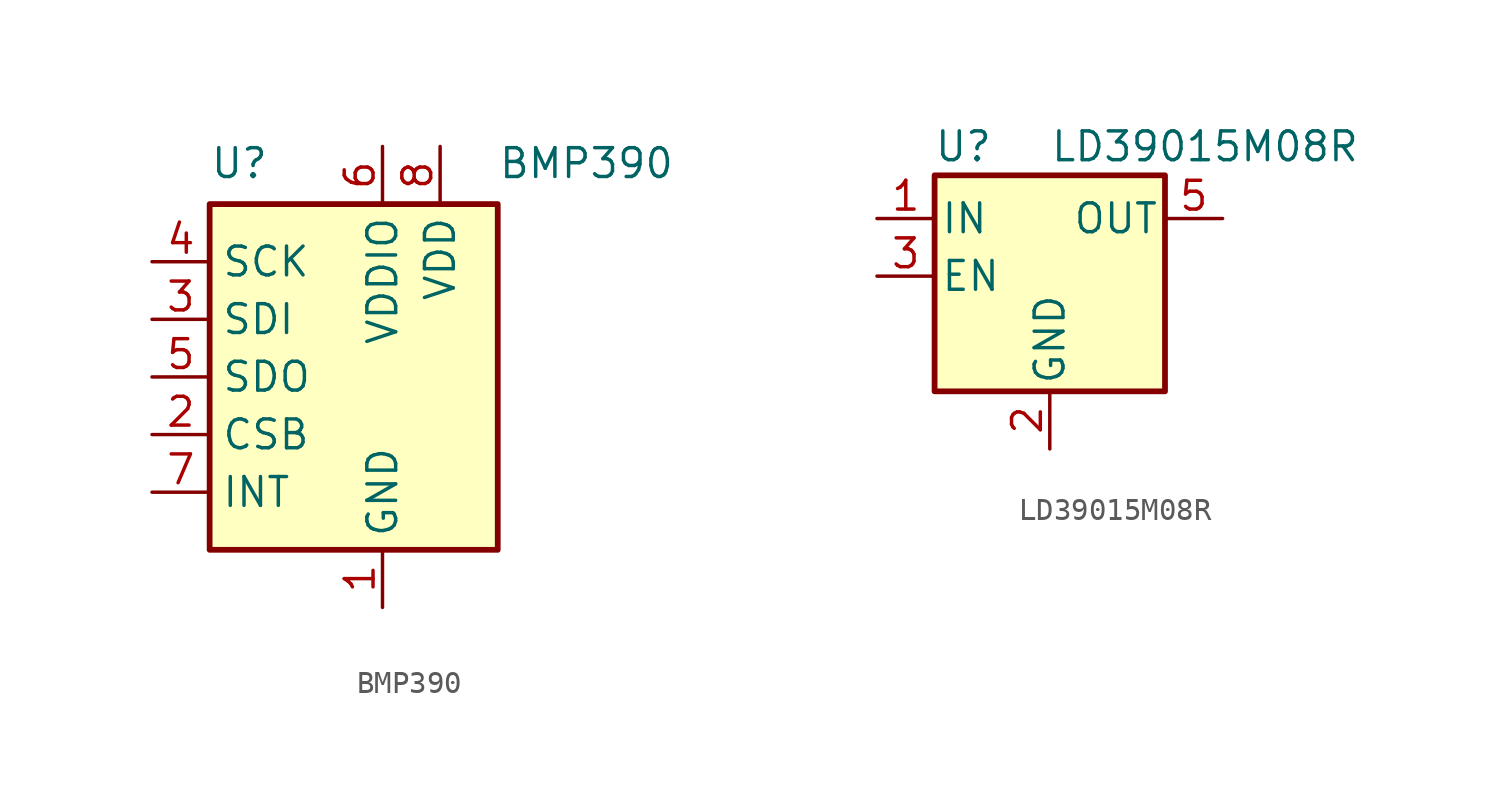
<source format=kicad_sym>
(kicad_symbol_lib
  (version 20241209)
  (generator "kicad_symbol_editor")
  (generator_version "9.0")
  (symbol "BMP390"
    (property "Reference" "U"
      (at -7.62 10.16 0)
      (effects (font (size 1.27 1.27)) (justify left top)))
    (property "Value" "BMP390"
      (at 5.08 10.16 0)
      (effects (font (size 1.27 1.27)) (justify left top)))
    (symbol "BMP390_0_1"
      (rectangle (start -7.62 7.62) (end 5.08 -7.62) (stroke (width 0.254) (type default)) (fill (type background))))
    (symbol "BMP390_1_1"
      (pin input line (at -10.16 5.08 0) (length 2.54) (name "SCK" (effects (font (size 1.27 1.27)))) (number "4" (effects (font (size 1.27 1.27)))))
      (pin bidirectional line (at -10.16 2.54 0) (length 2.54) (name "SDI" (effects (font (size 1.27 1.27)))) (number "3" (effects (font (size 1.27 1.27)))))
      (pin bidirectional line (at -10.16 0 0) (length 2.54) (name "SDO" (effects (font (size 1.27 1.27)))) (number "5" (effects (font (size 1.27 1.27)))))
      (pin input line (at -10.16 -2.54 0) (length 2.54) (name "CSB" (effects (font (size 1.27 1.27)))) (number "2" (effects (font (size 1.27 1.27)))))
      (pin output line (at -10.16 -5.08 0) (length 2.54) (name "INT" (effects (font (size 1.27 1.27)))) (number "7" (effects (font (size 1.27 1.27)))))
      (pin power_in line (at 0 10.16 270) (length 2.54) (name "VDDIO" (effects (font (size 1.27 1.27)))) (number "6" (effects (font (size 1.27 1.27)))))
      (pin power_in line (at 0 -10.16 90) (length 2.54) (name "GND" (effects (font (size 1.27 1.27)))) (number "1" (effects (font (size 1.27 1.27)))))
      (pin power_in line (at 2.54 10.16 270) (length 2.54) (name "VDD" (effects (font (size 1.27 1.27)))) (number "8" (effects (font (size 1.27 1.27)))))))
  (symbol "LD39015M08R"
    (pin_names
      (offset 0.254))
    (property "Reference" "U"
      (at -3.81 5.715 0)
      (effects (font (size 1.27 1.27))))
    (property "Value" "LD39015M08R"
      (at 0 5.715 0)
      (effects (font (size 1.27 1.27)) (justify left)))
    (symbol "LD39015M08R_0_1"
      (rectangle (start -5.08 4.445) (end 5.08 -5.08) (stroke (width 0.254) (type default)) (fill (type background))))
    (symbol "LD39015M08R_1_1"
      (pin power_in line (at -7.62 2.54 0) (length 2.54) (name "IN" (effects (font (size 1.27 1.27)))) (number "1" (effects (font (size 1.27 1.27)))))
      (pin input line (at -7.62 0 0) (length 2.54) (name "EN" (effects (font (size 1.27 1.27)))) (number "3" (effects (font (size 1.27 1.27)))))
      (pin power_in line (at 0 -7.62 90) (length 2.54) (name "GND" (effects (font (size 1.27 1.27)))) (number "2" (effects (font (size 1.27 1.27)))))
      (pin no_connect line (at 5.08 0 180) (length 2.54) (hide yes) (name "NC" (effects (font (size 1.27 1.27)))) (number "4" (effects (font (size 1.27 1.27)))))
      (pin power_out line (at 7.62 2.54 180) (length 2.54) (name "OUT" (effects (font (size 1.27 1.27)))) (number "5" (effects (font (size 1.27 1.27))))))))
</source>
